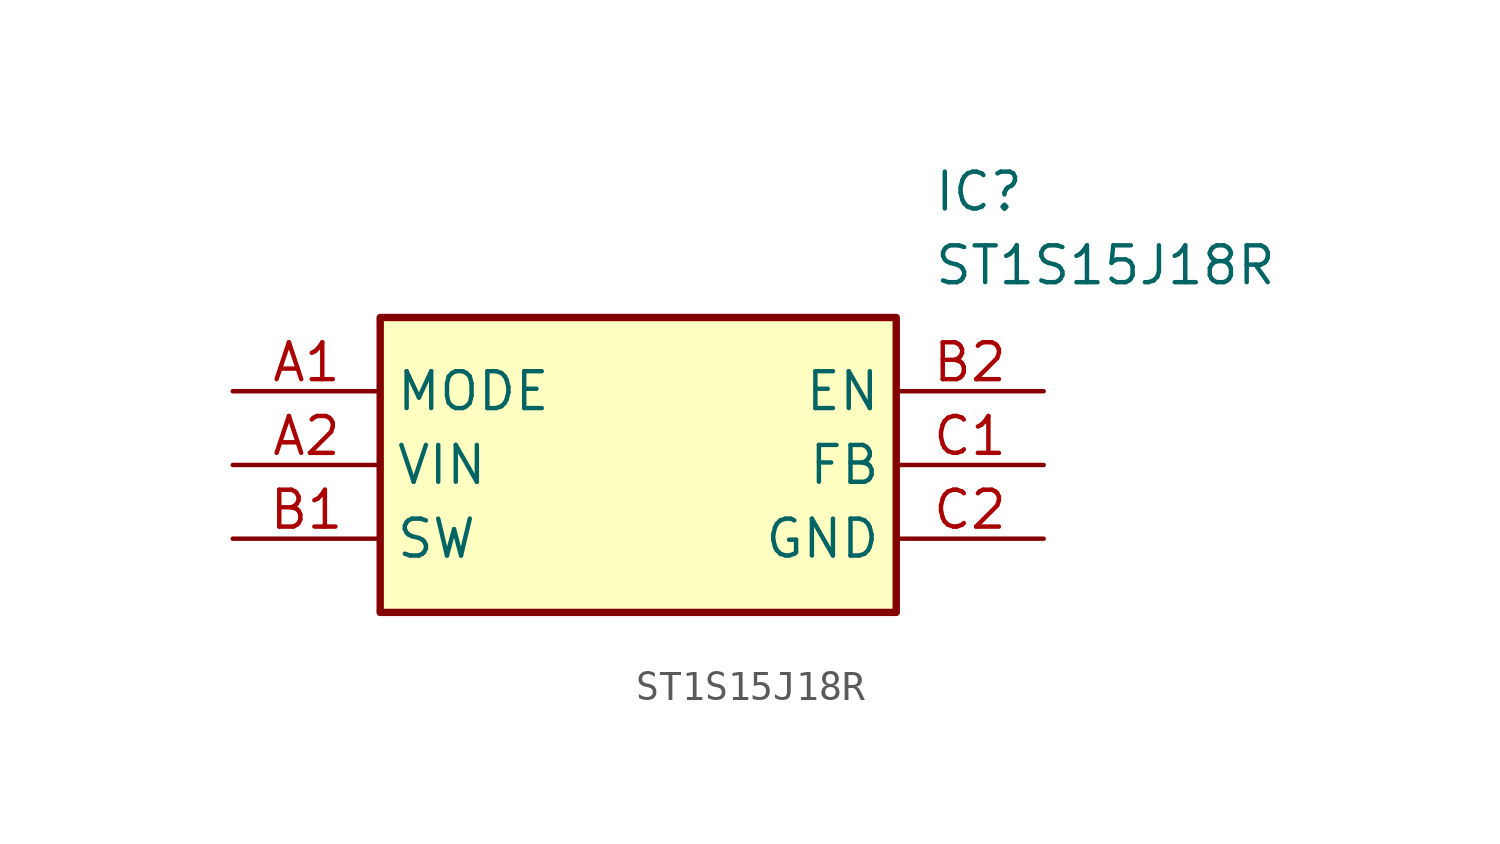
<source format=kicad_sym>
(kicad_symbol_lib
  (version 20211014)
  (generator SamacSys_ECAD_Model)
  (symbol "ST1S15J18R"
    (property "Reference" "IC"
      (at 24.13 7.62 0)
      (effects (font (size 1.27 1.27)) (justify left top)))
    (property "Value" "ST1S15J18R"
      (at 24.13 5.08 0)
      (effects (font (size 1.27 1.27)) (justify left top)))
    (rectangle
      (start 5.08 2.54)
      (end 22.86 -7.62)
      (stroke (width 0.254) (type default))
      (fill (type background)))
    (pin passive line
      (at 0 0 0)
      (length 5.08)
      (name "MODE" (effects (font (size 1.27 1.27))))
      (number "A1" (effects (font (size 1.27 1.27)))))
    (pin passive line
      (at 0 -2.54 0)
      (length 5.08)
      (name "VIN" (effects (font (size 1.27 1.27))))
      (number "A2" (effects (font (size 1.27 1.27)))))
    (pin passive line
      (at 0 -5.08 0)
      (length 5.08)
      (name "SW" (effects (font (size 1.27 1.27))))
      (number "B1" (effects (font (size 1.27 1.27)))))
    (pin passive line
      (at 27.94 0 180)
      (length 5.08)
      (name "EN" (effects (font (size 1.27 1.27))))
      (number "B2" (effects (font (size 1.27 1.27)))))
    (pin passive line
      (at 27.94 -2.54 180)
      (length 5.08)
      (name "FB" (effects (font (size 1.27 1.27))))
      (number "C1" (effects (font (size 1.27 1.27)))))
    (pin passive line
      (at 27.94 -5.08 180)
      (length 5.08)
      (name "GND" (effects (font (size 1.27 1.27))))
      (number "C2" (effects (font (size 1.27 1.27)))))))
</source>
